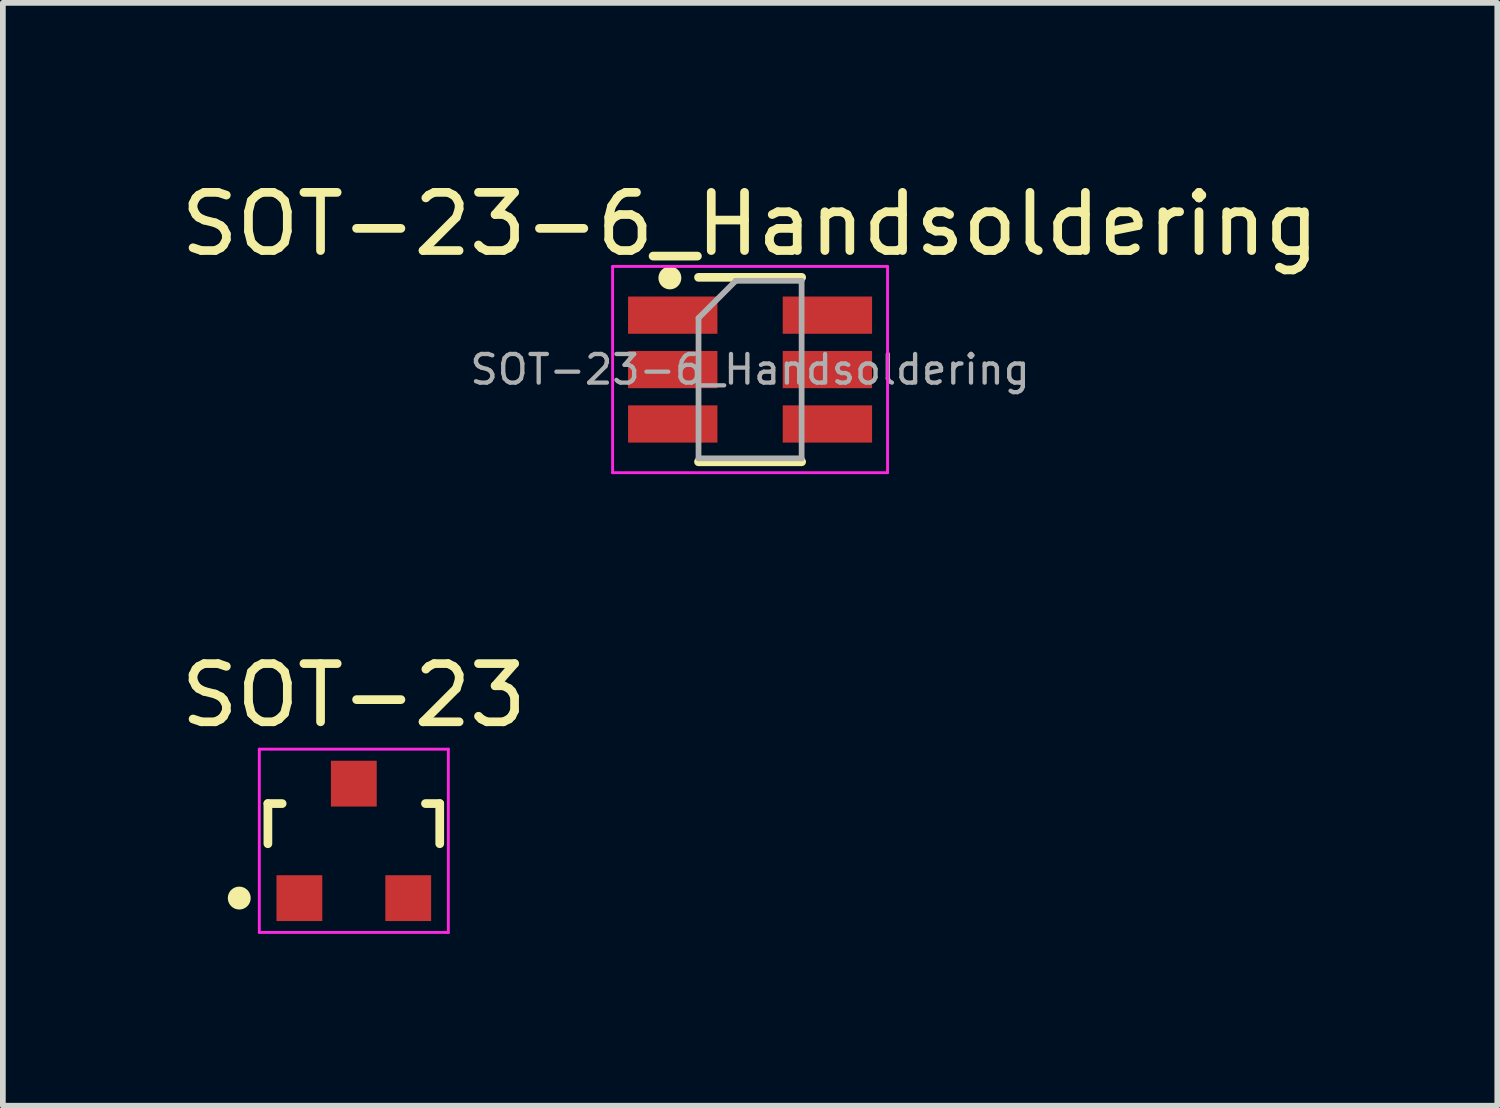
<source format=kicad_pcb>
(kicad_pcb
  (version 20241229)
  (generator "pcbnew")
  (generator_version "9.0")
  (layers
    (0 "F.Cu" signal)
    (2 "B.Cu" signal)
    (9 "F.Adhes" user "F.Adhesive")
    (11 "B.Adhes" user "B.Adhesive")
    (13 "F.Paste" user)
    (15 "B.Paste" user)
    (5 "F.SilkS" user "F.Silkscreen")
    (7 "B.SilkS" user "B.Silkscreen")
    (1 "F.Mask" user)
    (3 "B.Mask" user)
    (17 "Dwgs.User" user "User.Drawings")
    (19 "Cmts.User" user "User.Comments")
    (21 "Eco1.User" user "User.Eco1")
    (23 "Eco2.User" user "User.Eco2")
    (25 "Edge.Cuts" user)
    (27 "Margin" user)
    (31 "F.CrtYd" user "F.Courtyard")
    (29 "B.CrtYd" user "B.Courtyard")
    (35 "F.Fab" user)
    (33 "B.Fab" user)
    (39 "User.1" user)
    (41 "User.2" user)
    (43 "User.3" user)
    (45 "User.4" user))
  (footprint "SOT-23"
    (layer "F.Cu")
    (at 3.127 11.629)
    (property "Reference" "SOT-23" (at 0 -2.54 0) (layer "F.SilkS") (effects (font (size 1.016 1.016) (thickness 0.152))))
    (attr smd)
    (fp_line (start -1.5 -0.65) (end -1.251 -0.65) (stroke (width 0.152) (type solid)) (layer "F.SilkS"))
    (fp_line (start -1.5 0.051) (end -1.5 -0.65) (stroke (width 0.152) (type solid)) (layer "F.SilkS"))
    (fp_line (start 1.251 -0.65) (end 1.5 -0.65) (stroke (width 0.152) (type solid)) (layer "F.SilkS"))
    (fp_line (start 1.5 -0.65) (end 1.5 0.051) (stroke (width 0.152) (type solid)) (layer "F.SilkS"))
    (fp_circle (center -2 1) (end -1.9 1) (stroke (width 0.2) (type solid)) (fill no) (layer "F.SilkS"))
    (fp_line (start -1.65 -1.6) (end 1.65 -1.6) (stroke (width 0.05) (type solid)) (layer "F.CrtYd"))
    (fp_line (start -1.65 1.6) (end -1.65 -1.6) (stroke (width 0.05) (type solid)) (layer "F.CrtYd"))
    (fp_line (start 1.65 -1.6) (end 1.65 1.6) (stroke (width 0.05) (type solid)) (layer "F.CrtYd"))
    (fp_line (start 1.65 1.6) (end -1.65 1.6) (stroke (width 0.05) (type solid)) (layer "F.CrtYd"))
    (pad "1" smd rect (at -0.95 1.001) (size 0.8 0.8) (layers "F.Cu" "F.Mask" "F.Paste"))
    (pad "2" smd rect (at 0.95 1.001) (size 0.8 0.8) (layers "F.Cu" "F.Mask" "F.Paste"))
    (pad "3" smd rect (at 0 -0.998) (size 0.8 0.8) (layers "F.Cu" "F.Mask" "F.Paste")))
  (footprint "SOT-23-6_Handsoldering"
    (layer "F.Cu")
    (at 10.045 3.402)
    (property "Reference" "SOT-23-6_Handsoldering" (at 0 -2.54 0) (layer "F.SilkS") (effects (font (size 1.016 1.016) (thickness 0.152))))
    (attr smd)
    (fp_line (start -0.9 1.61) (end 0.9 1.61) (stroke (width 0.152) (type solid)) (layer "F.SilkS"))
    (fp_line (start 0.9 -1.61) (end -0.9 -1.61) (stroke (width 0.152) (type solid)) (layer "F.SilkS"))
    (fp_circle (center -1.4 -1.6) (end -1.4 -1.5) (stroke (width 0.2) (type solid)) (fill no) (layer "F.SilkS"))
    (fp_line (start -2.4 -1.8) (end 2.4 -1.8) (stroke (width 0.05) (type solid)) (layer "F.CrtYd"))
    (fp_line (start -2.4 1.8) (end -2.4 -1.8) (stroke (width 0.05) (type solid)) (layer "F.CrtYd"))
    (fp_line (start 2.4 -1.8) (end 2.4 1.8) (stroke (width 0.05) (type solid)) (layer "F.CrtYd"))
    (fp_line (start 2.4 1.8) (end -2.4 1.8) (stroke (width 0.05) (type solid)) (layer "F.CrtYd"))
    (fp_line (start -0.9 -0.9) (end -0.9 1.55) (stroke (width 0.1) (type solid)) (layer "F.Fab"))
    (fp_line (start -0.9 -0.9) (end -0.25 -1.55) (stroke (width 0.1) (type solid)) (layer "F.Fab"))
    (fp_line (start 0.9 -1.55) (end -0.25 -1.55) (stroke (width 0.1) (type solid)) (layer "F.Fab"))
    (fp_line (start 0.9 -1.55) (end 0.9 1.55) (stroke (width 0.1) (type solid)) (layer "F.Fab"))
    (fp_line (start 0.9 1.55) (end -0.9 1.55) (stroke (width 0.1) (type solid)) (layer "F.Fab"))
    (fp_text user "${REFERENCE}" (at 0 0 0) (layer "F.Fab") (effects (font (size 0.5 0.5) (thickness 0.075))))
    (pad "1" smd rect (at -1.35 -0.95) (size 1.56 0.65) (layers "F.Cu" "F.Mask" "F.Paste"))
    (pad "2" smd rect (at -1.35 0) (size 1.56 0.65) (layers "F.Cu" "F.Mask" "F.Paste"))
    (pad "3" smd rect (at -1.35 0.95) (size 1.56 0.65) (layers "F.Cu" "F.Mask" "F.Paste"))
    (pad "4" smd rect (at 1.35 0.95) (size 1.56 0.65) (layers "F.Cu" "F.Mask" "F.Paste"))
    (pad "5" smd rect (at 1.35 0) (size 1.56 0.65) (layers "F.Cu" "F.Mask" "F.Paste"))
    (pad "6" smd rect (at 1.35 -0.95) (size 1.56 0.65) (layers "F.Cu" "F.Mask" "F.Paste")))
  (gr_rect
    (start -3 -3)
    (end 23.09 16.254)
    (stroke (width 0.1) (type default))
    (fill no)
    (layer "Edge.Cuts")))
</source>
